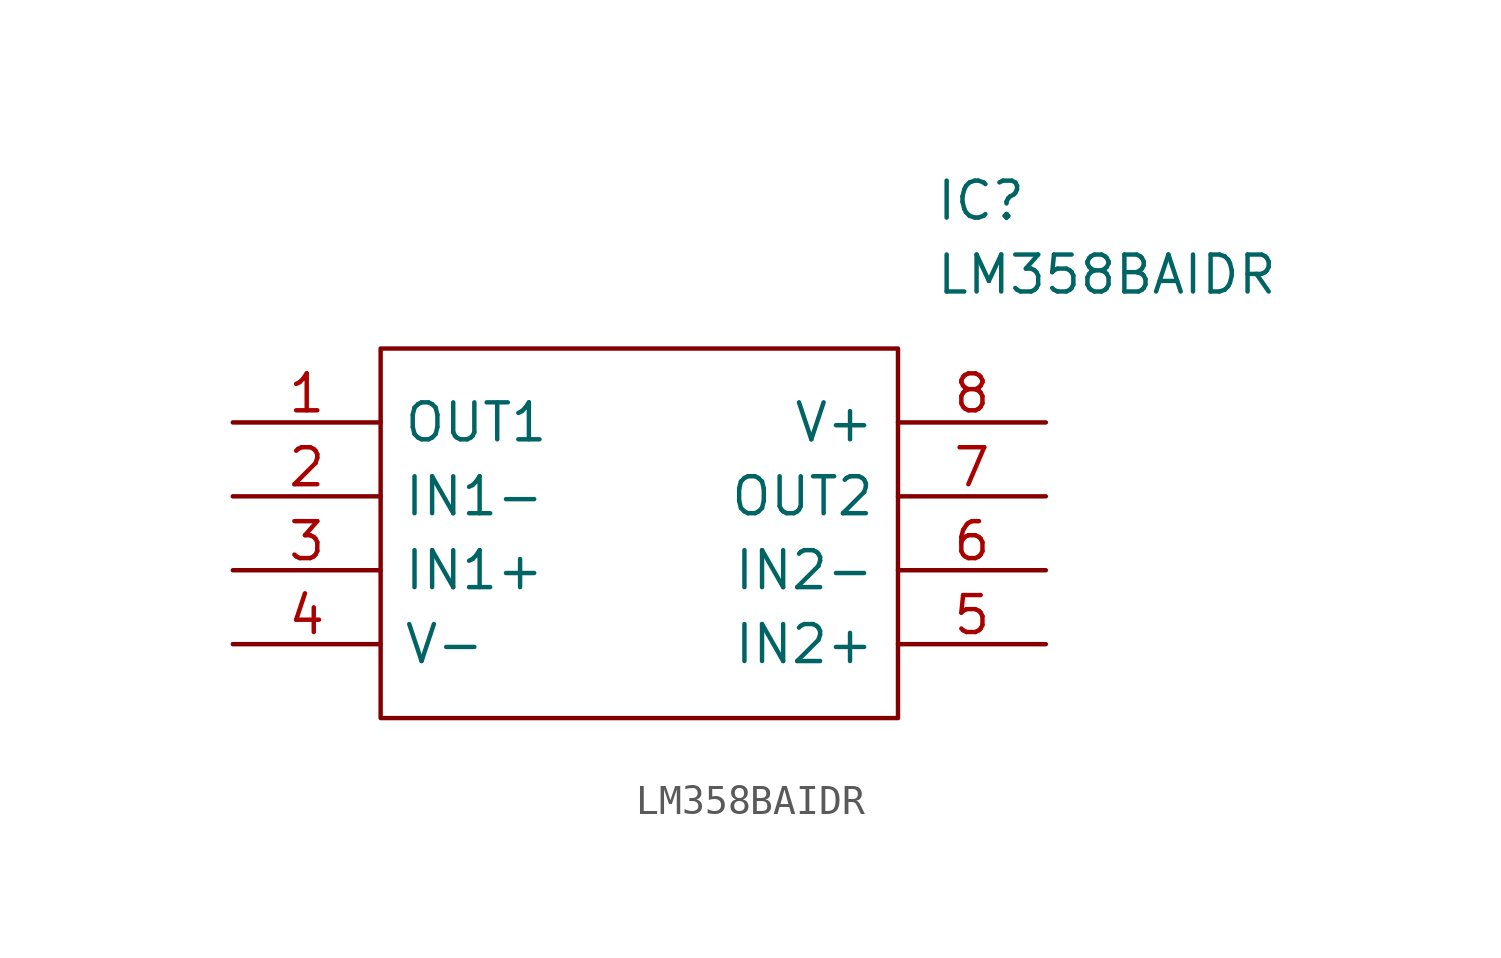
<source format=kicad_sym>
(kicad_symbol_lib
  (version 20231120)
  (generator "kicad_symbol_editor")
  (generator_version "8.0")
  (symbol "LM358BAIDR"
    (pin_names
      (offset 0.762))
    (property "Reference" "IC"
      (at 24.13 7.62 0)
      (effects (font (size 1.27 1.27)) (justify left)))
    (property "Value" "LM358BAIDR"
      (at 24.13 5.08 0)
      (effects (font (size 1.27 1.27)) (justify left)))
    (symbol "LM358BAIDR_0_0"
      (pin passive line (at 0 0 0) (length 5.08) (name "OUT1" (effects (font (size 1.27 1.27)))) (number "1" (effects (font (size 1.27 1.27)))))
      (pin passive line (at 0 -2.54 0) (length 5.08) (name "IN1-" (effects (font (size 1.27 1.27)))) (number "2" (effects (font (size 1.27 1.27)))))
      (pin passive line (at 0 -5.08 0) (length 5.08) (name "IN1+" (effects (font (size 1.27 1.27)))) (number "3" (effects (font (size 1.27 1.27)))))
      (pin passive line (at 0 -7.62 0) (length 5.08) (name "V-" (effects (font (size 1.27 1.27)))) (number "4" (effects (font (size 1.27 1.27)))))
      (pin passive line (at 27.94 -7.62 180) (length 5.08) (name "IN2+" (effects (font (size 1.27 1.27)))) (number "5" (effects (font (size 1.27 1.27)))))
      (pin passive line (at 27.94 -5.08 180) (length 5.08) (name "IN2-" (effects (font (size 1.27 1.27)))) (number "6" (effects (font (size 1.27 1.27)))))
      (pin passive line (at 27.94 -2.54 180) (length 5.08) (name "OUT2" (effects (font (size 1.27 1.27)))) (number "7" (effects (font (size 1.27 1.27)))))
      (pin passive line (at 27.94 0 180) (length 5.08) (name "V+" (effects (font (size 1.27 1.27)))) (number "8" (effects (font (size 1.27 1.27))))))
    (symbol "LM358BAIDR_0_1"
      (polyline (pts (xy 5.08 2.54) (xy 22.86 2.54) (xy 22.86 -10.16) (xy 5.08 -10.16) (xy 5.08 2.54)) (stroke (width 0.152) (type solid)) (fill (type none))))))
</source>
